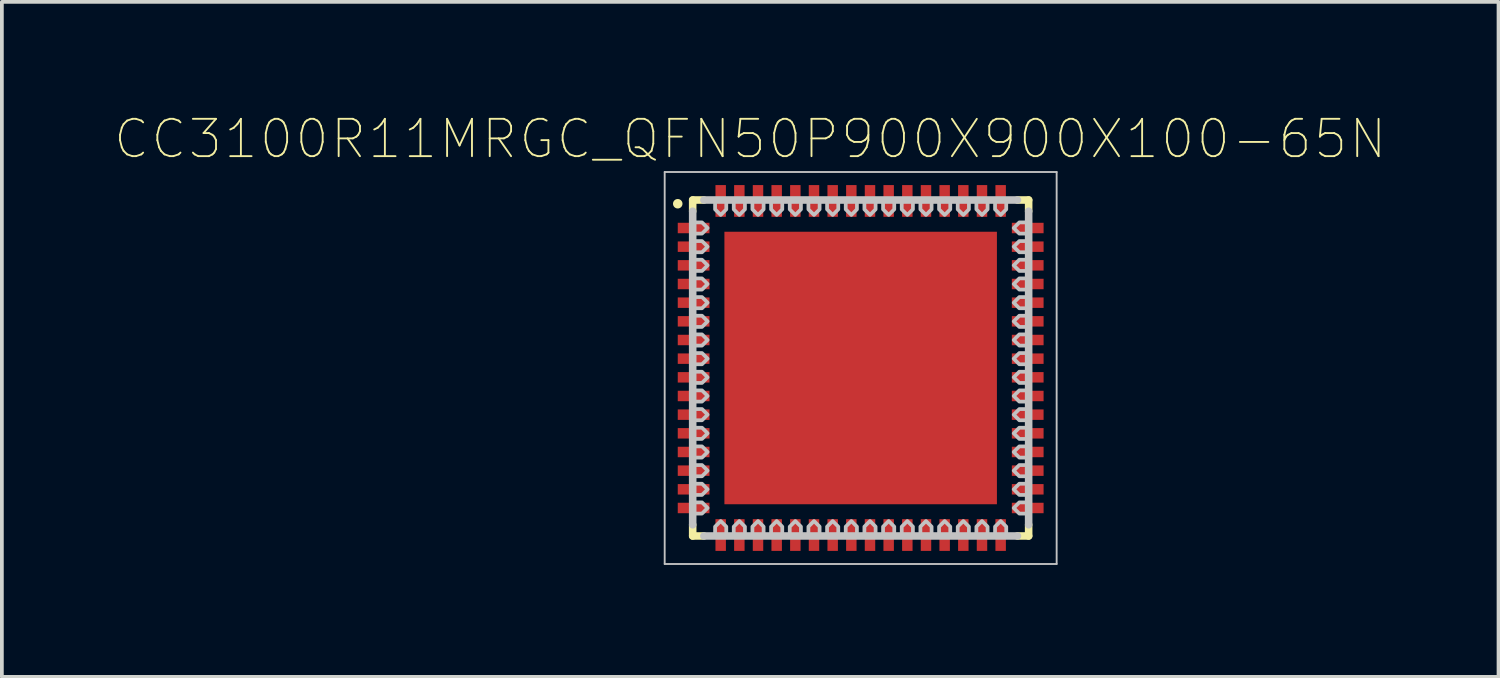
<source format=kicad_pcb>
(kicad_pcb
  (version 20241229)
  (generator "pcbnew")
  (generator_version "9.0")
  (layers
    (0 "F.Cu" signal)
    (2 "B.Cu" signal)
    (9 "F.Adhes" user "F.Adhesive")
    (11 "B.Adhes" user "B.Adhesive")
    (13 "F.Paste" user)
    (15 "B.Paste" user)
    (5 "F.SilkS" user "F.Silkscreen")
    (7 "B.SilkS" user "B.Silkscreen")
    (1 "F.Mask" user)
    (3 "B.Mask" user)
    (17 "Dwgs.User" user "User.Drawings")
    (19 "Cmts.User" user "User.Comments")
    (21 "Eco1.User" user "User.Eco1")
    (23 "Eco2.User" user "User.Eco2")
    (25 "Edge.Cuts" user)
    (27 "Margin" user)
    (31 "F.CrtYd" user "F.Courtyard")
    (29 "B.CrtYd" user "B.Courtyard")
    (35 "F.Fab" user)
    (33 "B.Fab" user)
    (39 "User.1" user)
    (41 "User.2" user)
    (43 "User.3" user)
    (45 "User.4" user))
  (footprint "CC3100R11MRGC_QFN50P900X900X100-65N"
    (layer "F.Cu")
    (at 20.006 6.808)
    (property "Reference" "CC3100R11MRGC_QFN50P900X900X100-65N" (at -2.96 -6.135 0) (layer "F.SilkS") (effects (font (size 1 1) (thickness 0.05))))
    (attr smd)
    (fp_line (start -4.5 -4.5) (end -4.5 -4.2) (stroke (width 0.203) (type solid)) (layer "F.SilkS"))
    (fp_line (start -4.5 4.2) (end -4.5 4.5) (stroke (width 0.203) (type solid)) (layer "F.SilkS"))
    (fp_line (start -4.5 4.5) (end -4.2 4.5) (stroke (width 0.203) (type solid)) (layer "F.SilkS"))
    (fp_line (start -4.2 -4.5) (end -4.5 -4.5) (stroke (width 0.203) (type solid)) (layer "F.SilkS"))
    (fp_line (start 4.2 4.5) (end 4.5 4.5) (stroke (width 0.203) (type solid)) (layer "F.SilkS"))
    (fp_line (start 4.5 -4.5) (end 4.2 -4.5) (stroke (width 0.203) (type solid)) (layer "F.SilkS"))
    (fp_line (start 4.5 -4.2) (end 4.5 -4.5) (stroke (width 0.203) (type solid)) (layer "F.SilkS"))
    (fp_line (start 4.5 4.5) (end 4.5 4.2) (stroke (width 0.203) (type solid)) (layer "F.SilkS"))
    (fp_circle (center -4.9 -4.4) (end -4.773 -4.4) (stroke (width 0) (type solid)) (fill yes) (layer "F.SilkS"))
    (fp_poly (pts (xy -2.3 -2.3) (xy 2.3 -2.3) (xy 2.3 2.3) (xy -2.3 2.3)) (stroke (width 0.381) (type solid)) (fill yes) (layer "F.Paste"))
    (fp_line (start -5.25 -5.25) (end -5.25 5.25) (stroke (width 0.05) (type solid)) (layer "Dwgs.User"))
    (fp_line (start -5.25 5.25) (end 5.25 5.25) (stroke (width 0.05) (type solid)) (layer "Dwgs.User"))
    (fp_line (start -4.5 -4.2) (end -4.5 4.2) (stroke (width 0.203) (type solid)) (layer "Dwgs.User"))
    (fp_line (start -4.2 -4.5) (end 4.2 -4.5) (stroke (width 0.203) (type solid)) (layer "Dwgs.User"))
    (fp_line (start -4.2 4.5) (end 4.2 4.5) (stroke (width 0.203) (type solid)) (layer "Dwgs.User"))
    (fp_line (start 4.5 -4.2) (end 4.5 4.2) (stroke (width 0.203) (type solid)) (layer "Dwgs.User"))
    (fp_line (start 5.25 -5.25) (end -5.25 -5.25) (stroke (width 0.05) (type solid)) (layer "Dwgs.User"))
    (fp_line (start 5.25 5.25) (end 5.25 -5.25) (stroke (width 0.05) (type solid)) (layer "Dwgs.User"))
    (fp_poly (pts (xy -4.5 -3.9) (xy -4.5 -3.6) (xy -4.25 -3.6) (xy -4.1 -3.75) (xy -4.25 -3.9)) (stroke (width 0.1) (type solid)) (fill no) (layer "Dwgs.User"))
    (fp_poly (pts (xy -4.5 -3.4) (xy -4.5 -3.1) (xy -4.25 -3.1) (xy -4.1 -3.25) (xy -4.25 -3.4)) (stroke (width 0.1) (type solid)) (fill no) (layer "Dwgs.User"))
    (fp_poly (pts (xy -4.5 -2.9) (xy -4.5 -2.6) (xy -4.25 -2.6) (xy -4.1 -2.75) (xy -4.25 -2.9)) (stroke (width 0.1) (type solid)) (fill no) (layer "Dwgs.User"))
    (fp_poly (pts (xy -4.5 -2.4) (xy -4.5 -2.1) (xy -4.25 -2.1) (xy -4.1 -2.25) (xy -4.25 -2.4)) (stroke (width 0.1) (type solid)) (fill no) (layer "Dwgs.User"))
    (fp_poly (pts (xy -4.5 -1.9) (xy -4.5 -1.6) (xy -4.25 -1.6) (xy -4.1 -1.75) (xy -4.25 -1.9)) (stroke (width 0.1) (type solid)) (fill no) (layer "Dwgs.User"))
    (fp_poly (pts (xy -4.5 -1.4) (xy -4.5 -1.1) (xy -4.25 -1.1) (xy -4.1 -1.25) (xy -4.25 -1.4)) (stroke (width 0.1) (type solid)) (fill no) (layer "Dwgs.User"))
    (fp_poly (pts (xy -4.5 -0.9) (xy -4.5 -0.6) (xy -4.25 -0.6) (xy -4.1 -0.75) (xy -4.25 -0.9)) (stroke (width 0.1) (type solid)) (fill no) (layer "Dwgs.User"))
    (fp_poly (pts (xy -4.5 -0.4) (xy -4.5 -0.1) (xy -4.25 -0.1) (xy -4.1 -0.25) (xy -4.25 -0.4)) (stroke (width 0.1) (type solid)) (fill no) (layer "Dwgs.User"))
    (fp_poly (pts (xy -4.5 0.1) (xy -4.5 0.4) (xy -4.25 0.4) (xy -4.1 0.25) (xy -4.25 0.1)) (stroke (width 0.1) (type solid)) (fill no) (layer "Dwgs.User"))
    (fp_poly (pts (xy -4.5 0.6) (xy -4.5 0.9) (xy -4.25 0.9) (xy -4.1 0.75) (xy -4.25 0.6)) (stroke (width 0.1) (type solid)) (fill no) (layer "Dwgs.User"))
    (fp_poly (pts (xy -4.5 1.1) (xy -4.5 1.4) (xy -4.25 1.4) (xy -4.1 1.25) (xy -4.25 1.1)) (stroke (width 0.1) (type solid)) (fill no) (layer "Dwgs.User"))
    (fp_poly (pts (xy -4.5 1.6) (xy -4.5 1.9) (xy -4.25 1.9) (xy -4.1 1.75) (xy -4.25 1.6)) (stroke (width 0.1) (type solid)) (fill no) (layer "Dwgs.User"))
    (fp_poly (pts (xy -4.5 2.1) (xy -4.5 2.4) (xy -4.25 2.4) (xy -4.1 2.25) (xy -4.25 2.1)) (stroke (width 0.1) (type solid)) (fill no) (layer "Dwgs.User"))
    (fp_poly (pts (xy -4.5 2.6) (xy -4.5 2.9) (xy -4.25 2.9) (xy -4.1 2.75) (xy -4.25 2.6)) (stroke (width 0.1) (type solid)) (fill no) (layer "Dwgs.User"))
    (fp_poly (pts (xy -4.5 3.1) (xy -4.5 3.4) (xy -4.25 3.4) (xy -4.1 3.25) (xy -4.25 3.1)) (stroke (width 0.1) (type solid)) (fill no) (layer "Dwgs.User"))
    (fp_poly (pts (xy -4.5 3.6) (xy -4.5 3.9) (xy -4.25 3.9) (xy -4.1 3.75) (xy -4.25 3.6)) (stroke (width 0.1) (type solid)) (fill no) (layer "Dwgs.User"))
    (fp_poly (pts (xy -3.9 4.5) (xy -3.6 4.5) (xy -3.6 4.25) (xy -3.75 4.1) (xy -3.9 4.25)) (stroke (width 0.1) (type solid)) (fill no) (layer "Dwgs.User"))
    (fp_poly (pts (xy -3.6 -4.5) (xy -3.9 -4.5) (xy -3.9 -4.25) (xy -3.75 -4.1) (xy -3.6 -4.25)) (stroke (width 0.1) (type solid)) (fill no) (layer "Dwgs.User"))
    (fp_poly (pts (xy -3.4 4.5) (xy -3.1 4.5) (xy -3.1 4.25) (xy -3.25 4.1) (xy -3.4 4.25)) (stroke (width 0.1) (type solid)) (fill no) (layer "Dwgs.User"))
    (fp_poly (pts (xy -3.1 -4.5) (xy -3.4 -4.5) (xy -3.4 -4.25) (xy -3.25 -4.1) (xy -3.1 -4.25)) (stroke (width 0.1) (type solid)) (fill no) (layer "Dwgs.User"))
    (fp_poly (pts (xy -2.9 4.5) (xy -2.6 4.5) (xy -2.6 4.25) (xy -2.75 4.1) (xy -2.9 4.25)) (stroke (width 0.1) (type solid)) (fill no) (layer "Dwgs.User"))
    (fp_poly (pts (xy -2.6 -4.5) (xy -2.9 -4.5) (xy -2.9 -4.25) (xy -2.75 -4.1) (xy -2.6 -4.25)) (stroke (width 0.1) (type solid)) (fill no) (layer "Dwgs.User"))
    (fp_poly (pts (xy -2.4 4.5) (xy -2.1 4.5) (xy -2.1 4.25) (xy -2.25 4.1) (xy -2.4 4.25)) (stroke (width 0.1) (type solid)) (fill no) (layer "Dwgs.User"))
    (fp_poly (pts (xy -2.1 -4.5) (xy -2.4 -4.5) (xy -2.4 -4.25) (xy -2.25 -4.1) (xy -2.1 -4.25)) (stroke (width 0.1) (type solid)) (fill no) (layer "Dwgs.User"))
    (fp_poly (pts (xy -1.9 4.5) (xy -1.6 4.5) (xy -1.6 4.25) (xy -1.75 4.1) (xy -1.9 4.25)) (stroke (width 0.1) (type solid)) (fill no) (layer "Dwgs.User"))
    (fp_poly (pts (xy -1.6 -4.5) (xy -1.9 -4.5) (xy -1.9 -4.25) (xy -1.75 -4.1) (xy -1.6 -4.25)) (stroke (width 0.1) (type solid)) (fill no) (layer "Dwgs.User"))
    (fp_poly (pts (xy -1.4 4.5) (xy -1.1 4.5) (xy -1.1 4.25) (xy -1.25 4.1) (xy -1.4 4.25)) (stroke (width 0.1) (type solid)) (fill no) (layer "Dwgs.User"))
    (fp_poly (pts (xy -1.1 -4.5) (xy -1.4 -4.5) (xy -1.4 -4.25) (xy -1.25 -4.1) (xy -1.1 -4.25)) (stroke (width 0.1) (type solid)) (fill no) (layer "Dwgs.User"))
    (fp_poly (pts (xy -0.9 4.5) (xy -0.6 4.5) (xy -0.6 4.25) (xy -0.75 4.1) (xy -0.9 4.25)) (stroke (width 0.1) (type solid)) (fill no) (layer "Dwgs.User"))
    (fp_poly (pts (xy -0.6 -4.5) (xy -0.9 -4.5) (xy -0.9 -4.25) (xy -0.75 -4.1) (xy -0.6 -4.25)) (stroke (width 0.1) (type solid)) (fill no) (layer "Dwgs.User"))
    (fp_poly (pts (xy -0.4 4.5) (xy -0.1 4.5) (xy -0.1 4.25) (xy -0.25 4.1) (xy -0.4 4.25)) (stroke (width 0.1) (type solid)) (fill no) (layer "Dwgs.User"))
    (fp_poly (pts (xy -0.1 -4.5) (xy -0.4 -4.5) (xy -0.4 -4.25) (xy -0.25 -4.1) (xy -0.1 -4.25)) (stroke (width 0.1) (type solid)) (fill no) (layer "Dwgs.User"))
    (fp_poly (pts (xy 0.1 4.5) (xy 0.4 4.5) (xy 0.4 4.25) (xy 0.25 4.1) (xy 0.1 4.25)) (stroke (width 0.1) (type solid)) (fill no) (layer "Dwgs.User"))
    (fp_poly (pts (xy 0.4 -4.5) (xy 0.1 -4.5) (xy 0.1 -4.25) (xy 0.25 -4.1) (xy 0.4 -4.25)) (stroke (width 0.1) (type solid)) (fill no) (layer "Dwgs.User"))
    (fp_poly (pts (xy 0.6 4.5) (xy 0.9 4.5) (xy 0.9 4.25) (xy 0.75 4.1) (xy 0.6 4.25)) (stroke (width 0.1) (type solid)) (fill no) (layer "Dwgs.User"))
    (fp_poly (pts (xy 0.9 -4.5) (xy 0.6 -4.5) (xy 0.6 -4.25) (xy 0.75 -4.1) (xy 0.9 -4.25)) (stroke (width 0.1) (type solid)) (fill no) (layer "Dwgs.User"))
    (fp_poly (pts (xy 1.1 4.5) (xy 1.4 4.5) (xy 1.4 4.25) (xy 1.25 4.1) (xy 1.1 4.25)) (stroke (width 0.1) (type solid)) (fill no) (layer "Dwgs.User"))
    (fp_poly (pts (xy 1.4 -4.5) (xy 1.1 -4.5) (xy 1.1 -4.25) (xy 1.25 -4.1) (xy 1.4 -4.25)) (stroke (width 0.1) (type solid)) (fill no) (layer "Dwgs.User"))
    (fp_poly (pts (xy 1.6 4.5) (xy 1.9 4.5) (xy 1.9 4.25) (xy 1.75 4.1) (xy 1.6 4.25)) (stroke (width 0.1) (type solid)) (fill no) (layer "Dwgs.User"))
    (fp_poly (pts (xy 1.9 -4.5) (xy 1.6 -4.5) (xy 1.6 -4.25) (xy 1.75 -4.1) (xy 1.9 -4.25)) (stroke (width 0.1) (type solid)) (fill no) (layer "Dwgs.User"))
    (fp_poly (pts (xy 2.1 4.5) (xy 2.4 4.5) (xy 2.4 4.25) (xy 2.25 4.1) (xy 2.1 4.25)) (stroke (width 0.1) (type solid)) (fill no) (layer "Dwgs.User"))
    (fp_poly (pts (xy 2.4 -4.5) (xy 2.1 -4.5) (xy 2.1 -4.25) (xy 2.25 -4.1) (xy 2.4 -4.25)) (stroke (width 0.1) (type solid)) (fill no) (layer "Dwgs.User"))
    (fp_poly (pts (xy 2.6 4.5) (xy 2.9 4.5) (xy 2.9 4.25) (xy 2.75 4.1) (xy 2.6 4.25)) (stroke (width 0.1) (type solid)) (fill no) (layer "Dwgs.User"))
    (fp_poly (pts (xy 2.9 -4.5) (xy 2.6 -4.5) (xy 2.6 -4.25) (xy 2.75 -4.1) (xy 2.9 -4.25)) (stroke (width 0.1) (type solid)) (fill no) (layer "Dwgs.User"))
    (fp_poly (pts (xy 3.1 4.5) (xy 3.4 4.5) (xy 3.4 4.25) (xy 3.25 4.1) (xy 3.1 4.25)) (stroke (width 0.1) (type solid)) (fill no) (layer "Dwgs.User"))
    (fp_poly (pts (xy 3.4 -4.5) (xy 3.1 -4.5) (xy 3.1 -4.25) (xy 3.25 -4.1) (xy 3.4 -4.25)) (stroke (width 0.1) (type solid)) (fill no) (layer "Dwgs.User"))
    (fp_poly (pts (xy 3.6 4.5) (xy 3.9 4.5) (xy 3.9 4.25) (xy 3.75 4.1) (xy 3.6 4.25)) (stroke (width 0.1) (type solid)) (fill no) (layer "Dwgs.User"))
    (fp_poly (pts (xy 3.9 -4.5) (xy 3.6 -4.5) (xy 3.6 -4.25) (xy 3.75 -4.1) (xy 3.9 -4.25)) (stroke (width 0.1) (type solid)) (fill no) (layer "Dwgs.User"))
    (fp_poly (pts (xy 4.5 -3.6) (xy 4.5 -3.9) (xy 4.25 -3.9) (xy 4.1 -3.75) (xy 4.25 -3.6)) (stroke (width 0.1) (type solid)) (fill no) (layer "Dwgs.User"))
    (fp_poly (pts (xy 4.5 -3.1) (xy 4.5 -3.4) (xy 4.25 -3.4) (xy 4.1 -3.25) (xy 4.25 -3.1)) (stroke (width 0.1) (type solid)) (fill no) (layer "Dwgs.User"))
    (fp_poly (pts (xy 4.5 -2.6) (xy 4.5 -2.9) (xy 4.25 -2.9) (xy 4.1 -2.75) (xy 4.25 -2.6)) (stroke (width 0.1) (type solid)) (fill no) (layer "Dwgs.User"))
    (fp_poly (pts (xy 4.5 -2.1) (xy 4.5 -2.4) (xy 4.25 -2.4) (xy 4.1 -2.25) (xy 4.25 -2.1)) (stroke (width 0.1) (type solid)) (fill no) (layer "Dwgs.User"))
    (fp_poly (pts (xy 4.5 -1.6) (xy 4.5 -1.9) (xy 4.25 -1.9) (xy 4.1 -1.75) (xy 4.25 -1.6)) (stroke (width 0.1) (type solid)) (fill no) (layer "Dwgs.User"))
    (fp_poly (pts (xy 4.5 -1.1) (xy 4.5 -1.4) (xy 4.25 -1.4) (xy 4.1 -1.25) (xy 4.25 -1.1)) (stroke (width 0.1) (type solid)) (fill no) (layer "Dwgs.User"))
    (fp_poly (pts (xy 4.5 -0.6) (xy 4.5 -0.9) (xy 4.25 -0.9) (xy 4.1 -0.75) (xy 4.25 -0.6)) (stroke (width 0.1) (type solid)) (fill no) (layer "Dwgs.User"))
    (fp_poly (pts (xy 4.5 -0.1) (xy 4.5 -0.4) (xy 4.25 -0.4) (xy 4.1 -0.25) (xy 4.25 -0.1)) (stroke (width 0.1) (type solid)) (fill no) (layer "Dwgs.User"))
    (fp_poly (pts (xy 4.5 0.4) (xy 4.5 0.1) (xy 4.25 0.1) (xy 4.1 0.25) (xy 4.25 0.4)) (stroke (width 0.1) (type solid)) (fill no) (layer "Dwgs.User"))
    (fp_poly (pts (xy 4.5 0.9) (xy 4.5 0.6) (xy 4.25 0.6) (xy 4.1 0.75) (xy 4.25 0.9)) (stroke (width 0.1) (type solid)) (fill no) (layer "Dwgs.User"))
    (fp_poly (pts (xy 4.5 1.4) (xy 4.5 1.1) (xy 4.25 1.1) (xy 4.1 1.25) (xy 4.25 1.4)) (stroke (width 0.1) (type solid)) (fill no) (layer "Dwgs.User"))
    (fp_poly (pts (xy 4.5 1.9) (xy 4.5 1.6) (xy 4.25 1.6) (xy 4.1 1.75) (xy 4.25 1.9)) (stroke (width 0.1) (type solid)) (fill no) (layer "Dwgs.User"))
    (fp_poly (pts (xy 4.5 2.4) (xy 4.5 2.1) (xy 4.25 2.1) (xy 4.1 2.25) (xy 4.25 2.4)) (stroke (width 0.1) (type solid)) (fill no) (layer "Dwgs.User"))
    (fp_poly (pts (xy 4.5 2.9) (xy 4.5 2.6) (xy 4.25 2.6) (xy 4.1 2.75) (xy 4.25 2.9)) (stroke (width 0.1) (type solid)) (fill no) (layer "Dwgs.User"))
    (fp_poly (pts (xy 4.5 3.4) (xy 4.5 3.1) (xy 4.25 3.1) (xy 4.1 3.25) (xy 4.25 3.4)) (stroke (width 0.1) (type solid)) (fill no) (layer "Dwgs.User"))
    (fp_poly (pts (xy 4.5 3.9) (xy 4.5 3.6) (xy 4.25 3.6) (xy 4.1 3.75) (xy 4.25 3.9)) (stroke (width 0.1) (type solid)) (fill no) (layer "Dwgs.User"))
    (pad "1" smd rect (at -4.475 -3.75) (size 0.85 0.28) (layers "F.Cu" "F.Mask" "F.Paste"))
    (pad "2" smd rect (at -4.475 -3.25) (size 0.85 0.28) (layers "F.Cu" "F.Mask" "F.Paste"))
    (pad "3" smd rect (at -4.475 -2.75) (size 0.85 0.28) (layers "F.Cu" "F.Mask" "F.Paste"))
    (pad "4" smd rect (at -4.475 -2.25) (size 0.85 0.28) (layers "F.Cu" "F.Mask" "F.Paste"))
    (pad "5" smd rect (at -4.475 -1.75) (size 0.85 0.28) (layers "F.Cu" "F.Mask" "F.Paste"))
    (pad "6" smd rect (at -4.475 -1.25) (size 0.85 0.28) (layers "F.Cu" "F.Mask" "F.Paste"))
    (pad "7" smd rect (at -4.475 -0.75) (size 0.85 0.28) (layers "F.Cu" "F.Mask" "F.Paste"))
    (pad "8" smd rect (at -4.475 -0.25) (size 0.85 0.28) (layers "F.Cu" "F.Mask" "F.Paste"))
    (pad "9" smd rect (at -4.475 0.25) (size 0.85 0.28) (layers "F.Cu" "F.Mask" "F.Paste"))
    (pad "10" smd rect (at -4.475 0.75) (size 0.85 0.28) (layers "F.Cu" "F.Mask" "F.Paste"))
    (pad "11" smd rect (at -4.475 1.25) (size 0.85 0.28) (layers "F.Cu" "F.Mask" "F.Paste"))
    (pad "12" smd rect (at -4.475 1.75) (size 0.85 0.28) (layers "F.Cu" "F.Mask" "F.Paste"))
    (pad "13" smd rect (at -4.475 2.25) (size 0.85 0.28) (layers "F.Cu" "F.Mask" "F.Paste"))
    (pad "14" smd rect (at -4.475 2.75) (size 0.85 0.28) (layers "F.Cu" "F.Mask" "F.Paste"))
    (pad "15" smd rect (at -4.475 3.25) (size 0.85 0.28) (layers "F.Cu" "F.Mask" "F.Paste"))
    (pad "16" smd rect (at -4.475 3.75) (size 0.85 0.28) (layers "F.Cu" "F.Mask" "F.Paste"))
    (pad "17" smd rect (at -3.75 4.475 90) (size 0.85 0.28) (layers "F.Cu" "F.Mask" "F.Paste"))
    (pad "18" smd rect (at -3.25 4.475 90) (size 0.85 0.28) (layers "F.Cu" "F.Mask" "F.Paste"))
    (pad "19" smd rect (at -2.75 4.475 90) (size 0.85 0.28) (layers "F.Cu" "F.Mask" "F.Paste"))
    (pad "20" smd rect (at -2.25 4.475 90) (size 0.85 0.28) (layers "F.Cu" "F.Mask" "F.Paste"))
    (pad "21" smd rect (at -1.75 4.475 90) (size 0.85 0.28) (layers "F.Cu" "F.Mask" "F.Paste"))
    (pad "22" smd rect (at -1.25 4.475 90) (size 0.85 0.28) (layers "F.Cu" "F.Mask" "F.Paste"))
    (pad "23" smd rect (at -0.75 4.475 90) (size 0.85 0.28) (layers "F.Cu" "F.Mask" "F.Paste"))
    (pad "24" smd rect (at -0.25 4.475 90) (size 0.85 0.28) (layers "F.Cu" "F.Mask" "F.Paste"))
    (pad "25" smd rect (at 0.25 4.475 90) (size 0.85 0.28) (layers "F.Cu" "F.Mask" "F.Paste"))
    (pad "26" smd rect (at 0.75 4.475 90) (size 0.85 0.28) (layers "F.Cu" "F.Mask" "F.Paste"))
    (pad "27" smd rect (at 1.25 4.475 90) (size 0.85 0.28) (layers "F.Cu" "F.Mask" "F.Paste"))
    (pad "28" smd rect (at 1.75 4.475 90) (size 0.85 0.28) (layers "F.Cu" "F.Mask" "F.Paste"))
    (pad "29" smd rect (at 2.25 4.475 90) (size 0.85 0.28) (layers "F.Cu" "F.Mask" "F.Paste"))
    (pad "30" smd rect (at 2.75 4.475 90) (size 0.85 0.28) (layers "F.Cu" "F.Mask" "F.Paste"))
    (pad "31" smd rect (at 3.25 4.475 90) (size 0.85 0.28) (layers "F.Cu" "F.Mask" "F.Paste"))
    (pad "32" smd rect (at 3.75 4.475 90) (size 0.85 0.28) (layers "F.Cu" "F.Mask" "F.Paste"))
    (pad "33" smd rect (at 4.475 3.75 180) (size 0.85 0.28) (layers "F.Cu" "F.Mask" "F.Paste"))
    (pad "34" smd rect (at 4.475 3.25 180) (size 0.85 0.28) (layers "F.Cu" "F.Mask" "F.Paste"))
    (pad "35" smd rect (at 4.475 2.75 180) (size 0.85 0.28) (layers "F.Cu" "F.Mask" "F.Paste"))
    (pad "36" smd rect (at 4.475 2.25 180) (size 0.85 0.28) (layers "F.Cu" "F.Mask" "F.Paste"))
    (pad "37" smd rect (at 4.475 1.75 180) (size 0.85 0.28) (layers "F.Cu" "F.Mask" "F.Paste"))
    (pad "38" smd rect (at 4.475 1.25 180) (size 0.85 0.28) (layers "F.Cu" "F.Mask" "F.Paste"))
    (pad "39" smd rect (at 4.475 0.75 180) (size 0.85 0.28) (layers "F.Cu" "F.Mask" "F.Paste"))
    (pad "40" smd rect (at 4.475 0.25 180) (size 0.85 0.28) (layers "F.Cu" "F.Mask" "F.Paste"))
    (pad "41" smd rect (at 4.475 -0.25 180) (size 0.85 0.28) (layers "F.Cu" "F.Mask" "F.Paste"))
    (pad "42" smd rect (at 4.475 -0.75 180) (size 0.85 0.28) (layers "F.Cu" "F.Mask" "F.Paste"))
    (pad "43" smd rect (at 4.475 -1.25 180) (size 0.85 0.28) (layers "F.Cu" "F.Mask" "F.Paste"))
    (pad "44" smd rect (at 4.475 -1.75 180) (size 0.85 0.28) (layers "F.Cu" "F.Mask" "F.Paste"))
    (pad "45" smd rect (at 4.475 -2.25 180) (size 0.85 0.28) (layers "F.Cu" "F.Mask" "F.Paste"))
    (pad "46" smd rect (at 4.475 -2.75 180) (size 0.85 0.28) (layers "F.Cu" "F.Mask" "F.Paste"))
    (pad "47" smd rect (at 4.475 -3.25 180) (size 0.85 0.28) (layers "F.Cu" "F.Mask" "F.Paste"))
    (pad "48" smd rect (at 4.475 -3.75 180) (size 0.85 0.28) (layers "F.Cu" "F.Mask" "F.Paste"))
    (pad "49" smd rect (at 3.75 -4.475 270) (size 0.85 0.28) (layers "F.Cu" "F.Mask" "F.Paste"))
    (pad "50" smd rect (at 3.25 -4.475 270) (size 0.85 0.28) (layers "F.Cu" "F.Mask" "F.Paste"))
    (pad "51" smd rect (at 2.75 -4.475 270) (size 0.85 0.28) (layers "F.Cu" "F.Mask" "F.Paste"))
    (pad "52" smd rect (at 2.25 -4.475 270) (size 0.85 0.28) (layers "F.Cu" "F.Mask" "F.Paste"))
    (pad "53" smd rect (at 1.75 -4.475 270) (size 0.85 0.28) (layers "F.Cu" "F.Mask" "F.Paste"))
    (pad "54" smd rect (at 1.25 -4.475 270) (size 0.85 0.28) (layers "F.Cu" "F.Mask" "F.Paste"))
    (pad "55" smd rect (at 0.75 -4.475 270) (size 0.85 0.28) (layers "F.Cu" "F.Mask" "F.Paste"))
    (pad "56" smd rect (at 0.25 -4.475 270) (size 0.85 0.28) (layers "F.Cu" "F.Mask" "F.Paste"))
    (pad "57" smd rect (at -0.25 -4.475 270) (size 0.85 0.28) (layers "F.Cu" "F.Mask" "F.Paste"))
    (pad "58" smd rect (at -0.75 -4.475 270) (size 0.85 0.28) (layers "F.Cu" "F.Mask" "F.Paste"))
    (pad "59" smd rect (at -1.25 -4.475 270) (size 0.85 0.28) (layers "F.Cu" "F.Mask" "F.Paste"))
    (pad "60" smd rect (at -1.75 -4.475 270) (size 0.85 0.28) (layers "F.Cu" "F.Mask" "F.Paste"))
    (pad "61" smd rect (at -2.25 -4.475 270) (size 0.85 0.28) (layers "F.Cu" "F.Mask" "F.Paste"))
    (pad "62" smd rect (at -2.75 -4.475 270) (size 0.85 0.28) (layers "F.Cu" "F.Mask" "F.Paste"))
    (pad "63" smd rect (at -3.25 -4.475 270) (size 0.85 0.28) (layers "F.Cu" "F.Mask" "F.Paste"))
    (pad "64" smd rect (at -3.75 -4.475 270) (size 0.85 0.28) (layers "F.Cu" "F.Mask" "F.Paste"))
    (pad "65" smd rect (at 0 0) (size 7.3 7.3) (layers "F.Cu" "F.Mask" "F.Paste")))
  (gr_rect
    (start -3 -3)
    (end 37.093 15.083)
    (stroke (width 0.1) (type default))
    (fill no)
    (layer "Edge.Cuts")))
</source>
